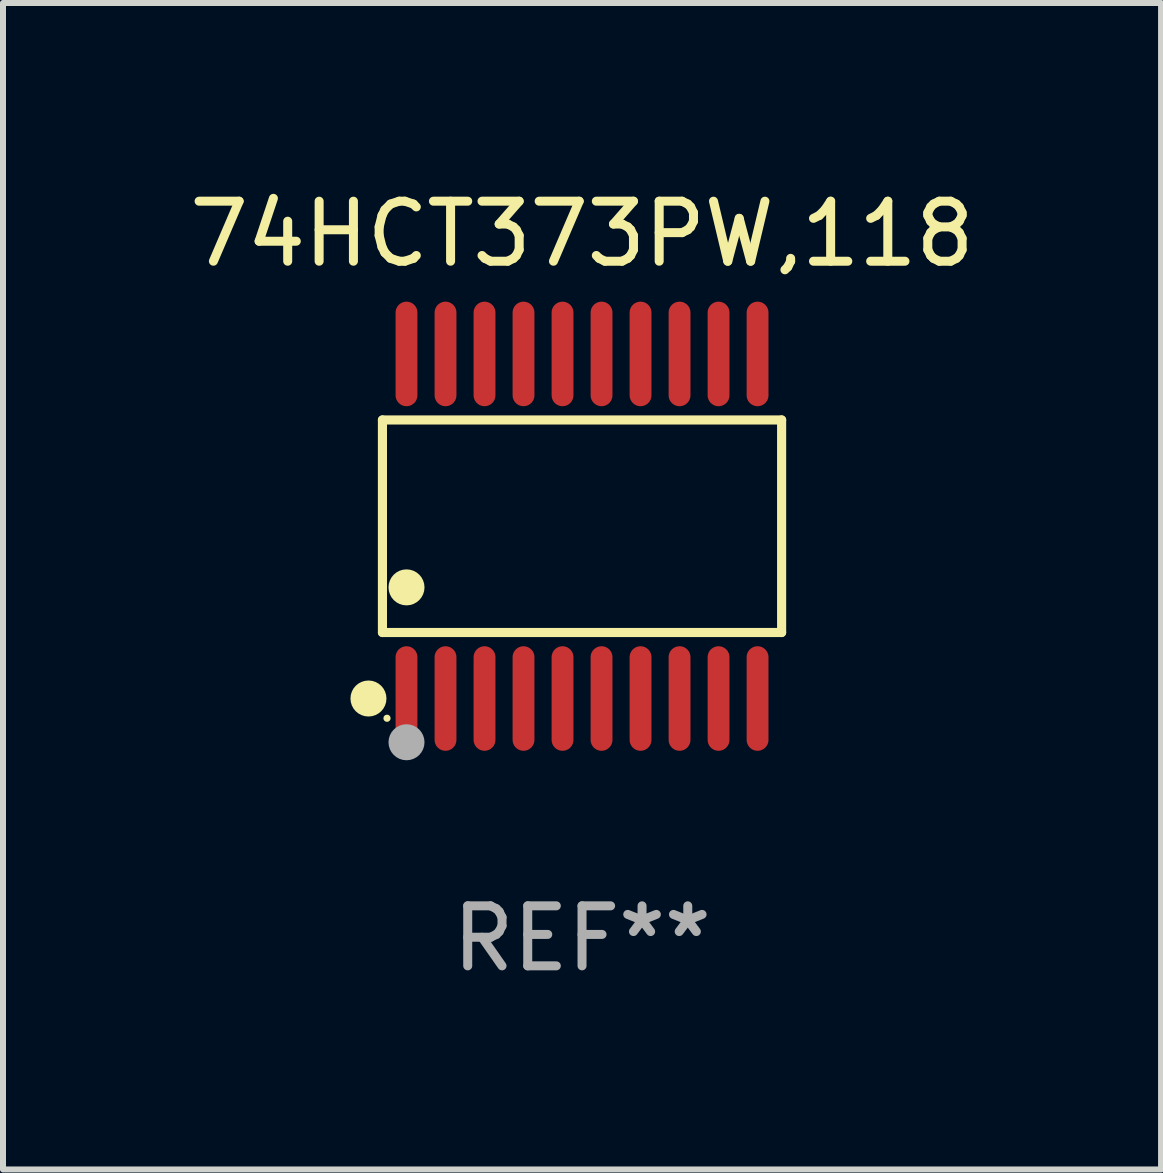
<source format=kicad_pcb>
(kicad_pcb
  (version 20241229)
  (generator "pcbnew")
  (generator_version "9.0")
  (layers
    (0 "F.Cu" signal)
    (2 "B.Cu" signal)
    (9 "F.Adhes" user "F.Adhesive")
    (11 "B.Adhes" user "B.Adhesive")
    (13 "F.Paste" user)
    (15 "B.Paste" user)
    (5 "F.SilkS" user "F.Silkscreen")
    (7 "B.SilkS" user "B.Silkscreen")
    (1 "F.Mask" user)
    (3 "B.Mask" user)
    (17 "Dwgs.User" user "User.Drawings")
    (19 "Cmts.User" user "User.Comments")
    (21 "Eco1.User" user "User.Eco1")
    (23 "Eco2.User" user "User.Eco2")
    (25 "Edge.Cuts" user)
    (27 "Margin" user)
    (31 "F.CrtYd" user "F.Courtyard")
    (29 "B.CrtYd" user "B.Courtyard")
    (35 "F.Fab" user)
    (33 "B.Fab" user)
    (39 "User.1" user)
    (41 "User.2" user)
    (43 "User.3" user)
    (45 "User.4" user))
  (footprint "74HCT373PW,118"
    (layer "F.Cu")
    (at 6.649 5.719)
    (property "Reference" "74HCT373PW,118" (at 0 -4.871 0) (layer "F.SilkS") (effects (font (size 1 1) (thickness 0.15))))
    (attr through_hole)
    (fp_line (start -3.326 -1.771) (end 3.326 -1.771) (stroke (width 0.152) (type solid)) (layer "F.SilkS"))
    (fp_line (start -3.326 1.771) (end -3.326 -1.771) (stroke (width 0.152) (type solid)) (layer "F.SilkS"))
    (fp_line (start 3.326 -1.771) (end 3.326 1.771) (stroke (width 0.152) (type solid)) (layer "F.SilkS"))
    (fp_line (start 3.326 1.771) (end -3.326 1.771) (stroke (width 0.152) (type solid)) (layer "F.SilkS"))
    (fp_circle (center -3.559 2.871) (end -3.409 2.871) (stroke (width 0.3) (type solid)) (fill no) (layer "F.SilkS"))
    (fp_circle (center -3.25 3.2) (end -3.22 3.2) (stroke (width 0.06) (type solid)) (fill no) (layer "F.SilkS"))
    (fp_circle (center -2.925 1.019) (end -2.775 1.019) (stroke (width 0.3) (type solid)) (fill no) (layer "F.SilkS"))
    (fp_circle (center -2.925 3.6) (end -2.775 3.6) (stroke (width 0.3) (type solid)) (fill no) (layer "F.Fab"))
    (fp_text user "REF**" (at 0 6.871 0) (layer "F.Fab") (effects (font (size 1 1) (thickness 0.15))))
    (pad "1" smd oval (at -2.925 2.871) (size 0.364 1.742) (layers "F.Cu" "F.Mask" "F.Paste"))
    (pad "2" smd oval (at -2.275 2.871) (size 0.364 1.742) (layers "F.Cu" "F.Mask" "F.Paste"))
    (pad "3" smd oval (at -1.625 2.871) (size 0.364 1.742) (layers "F.Cu" "F.Mask" "F.Paste"))
    (pad "4" smd oval (at -0.975 2.871) (size 0.364 1.742) (layers "F.Cu" "F.Mask" "F.Paste"))
    (pad "5" smd oval (at -0.325 2.871) (size 0.364 1.742) (layers "F.Cu" "F.Mask" "F.Paste"))
    (pad "6" smd oval (at 0.325 2.871) (size 0.364 1.742) (layers "F.Cu" "F.Mask" "F.Paste"))
    (pad "7" smd oval (at 0.975 2.871) (size 0.364 1.742) (layers "F.Cu" "F.Mask" "F.Paste"))
    (pad "8" smd oval (at 1.625 2.871) (size 0.364 1.742) (layers "F.Cu" "F.Mask" "F.Paste"))
    (pad "9" smd oval (at 2.275 2.871) (size 0.364 1.742) (layers "F.Cu" "F.Mask" "F.Paste"))
    (pad "10" smd oval (at 2.925 2.871) (size 0.364 1.742) (layers "F.Cu" "F.Mask" "F.Paste"))
    (pad "11" smd oval (at 2.925 -2.871) (size 0.364 1.742) (layers "F.Cu" "F.Mask" "F.Paste"))
    (pad "12" smd oval (at 2.275 -2.871) (size 0.364 1.742) (layers "F.Cu" "F.Mask" "F.Paste"))
    (pad "13" smd oval (at 1.625 -2.871) (size 0.364 1.742) (layers "F.Cu" "F.Mask" "F.Paste"))
    (pad "14" smd oval (at 0.975 -2.871) (size 0.364 1.742) (layers "F.Cu" "F.Mask" "F.Paste"))
    (pad "15" smd oval (at 0.325 -2.871) (size 0.364 1.742) (layers "F.Cu" "F.Mask" "F.Paste"))
    (pad "16" smd oval (at -0.325 -2.871) (size 0.364 1.742) (layers "F.Cu" "F.Mask" "F.Paste"))
    (pad "17" smd oval (at -0.975 -2.871) (size 0.364 1.742) (layers "F.Cu" "F.Mask" "F.Paste"))
    (pad "18" smd oval (at -1.625 -2.871) (size 0.364 1.742) (layers "F.Cu" "F.Mask" "F.Paste"))
    (pad "19" smd oval (at -2.275 -2.871) (size 0.364 1.742) (layers "F.Cu" "F.Mask" "F.Paste"))
    (pad "20" smd oval (at -2.925 -2.871) (size 0.364 1.742) (layers "F.Cu" "F.Mask" "F.Paste")))
  (gr_rect
    (start -3 -3)
    (end 16.298 16.438)
    (stroke (width 0.1) (type default))
    (fill no)
    (layer "Edge.Cuts")))
</source>
